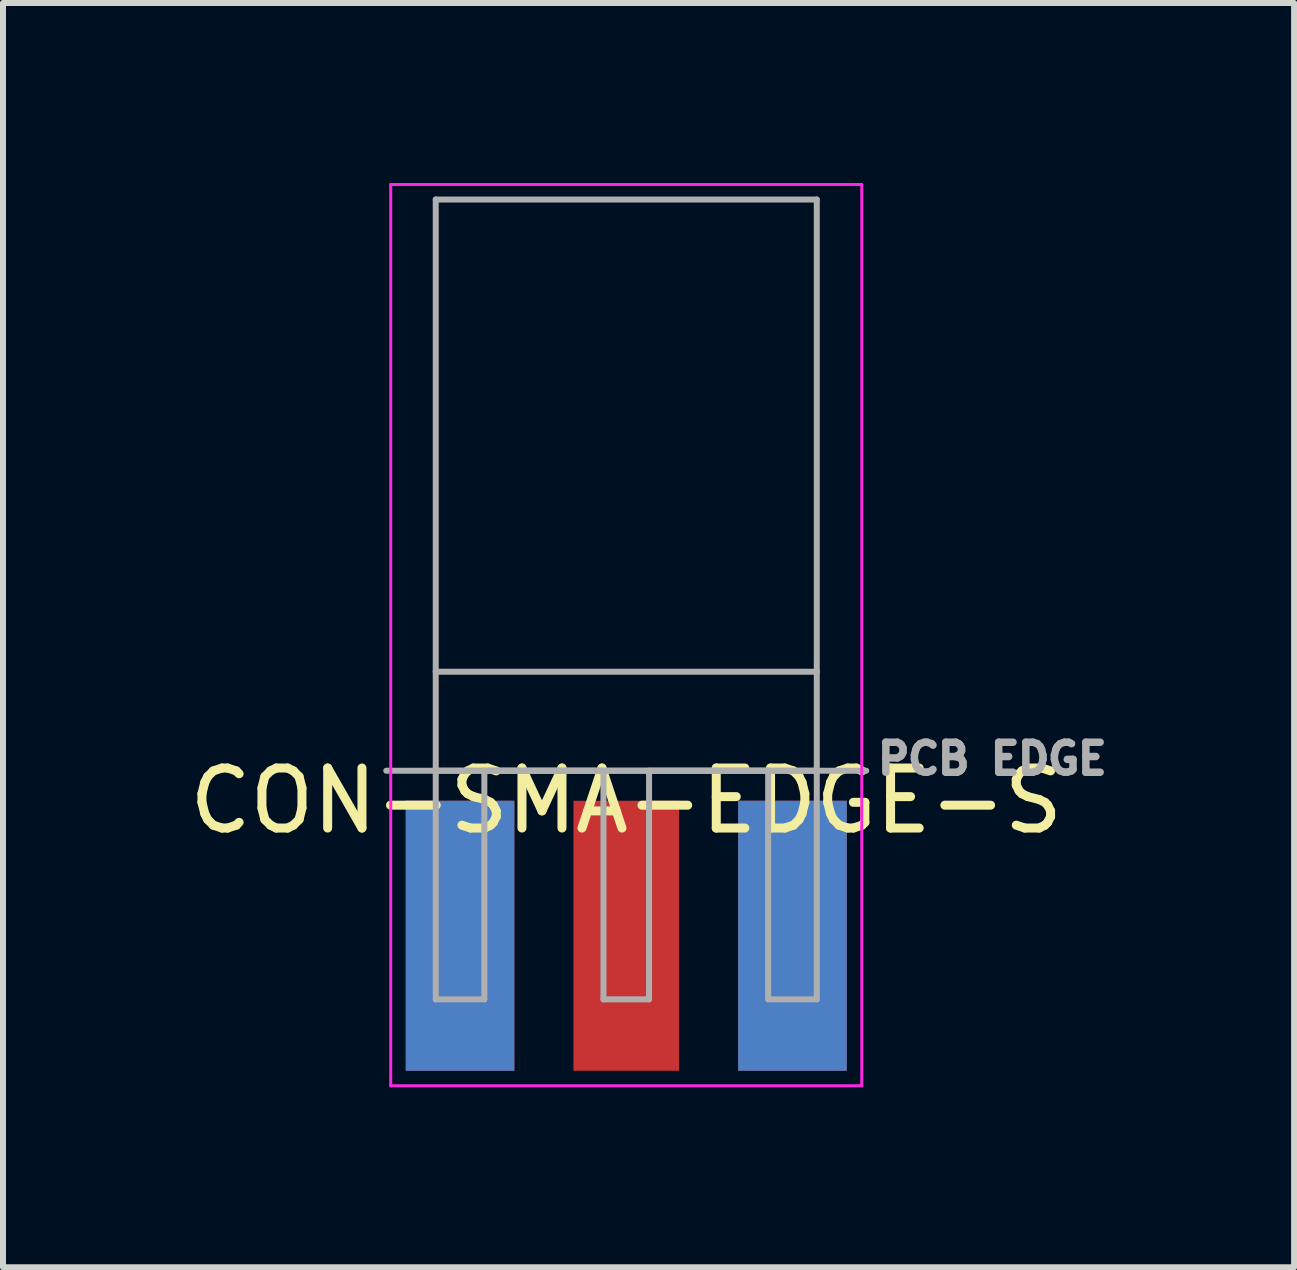
<source format=kicad_pcb>
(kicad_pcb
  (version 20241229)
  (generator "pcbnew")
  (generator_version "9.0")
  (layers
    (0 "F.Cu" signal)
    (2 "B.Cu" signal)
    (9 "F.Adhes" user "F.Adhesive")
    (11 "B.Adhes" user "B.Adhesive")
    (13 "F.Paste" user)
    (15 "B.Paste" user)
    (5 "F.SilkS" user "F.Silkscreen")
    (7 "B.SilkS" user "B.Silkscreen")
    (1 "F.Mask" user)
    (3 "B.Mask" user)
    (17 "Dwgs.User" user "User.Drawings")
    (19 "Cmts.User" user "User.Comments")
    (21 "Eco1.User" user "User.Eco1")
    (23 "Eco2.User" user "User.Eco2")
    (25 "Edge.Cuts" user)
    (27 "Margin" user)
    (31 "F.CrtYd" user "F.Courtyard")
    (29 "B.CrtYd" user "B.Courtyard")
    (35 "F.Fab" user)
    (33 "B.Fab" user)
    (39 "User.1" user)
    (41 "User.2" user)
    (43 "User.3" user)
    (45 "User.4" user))
  (footprint "CON-SMA-EDGE-S"
    (layer "F.Cu")
    (at 7.387 9.795)
    (property "Reference" "CON-SMA-EDGE-S" (at 0 0.5 0) (layer "F.SilkS") (effects (font (size 1 1) (thickness 0.15))))
    (attr through_hole)
    (fp_line (start -3.925 -9.77) (end -3.925 5.25) (stroke (width 0.05) (type solid)) (layer "F.CrtYd"))
    (fp_line (start -3.925 5.25) (end 3.925 5.25) (stroke (width 0.05) (type solid)) (layer "F.CrtYd"))
    (fp_line (start 3.925 -9.77) (end -3.925 -9.77) (stroke (width 0.05) (type solid)) (layer "F.CrtYd"))
    (fp_line (start 3.925 5.25) (end 3.925 -9.77) (stroke (width 0.05) (type solid)) (layer "F.CrtYd"))
    (fp_line (start -4 0) (end 4 0) (stroke (width 0.1) (type solid)) (layer "F.Fab"))
    (fp_line (start -3.175 -9.52) (end 3.175 -9.52) (stroke (width 0.1) (type solid)) (layer "F.Fab"))
    (fp_line (start -3.175 -1.65) (end -3.175 -9.52) (stroke (width 0.1) (type solid)) (layer "F.Fab"))
    (fp_line (start -3.175 -1.65) (end 3.175 -1.65) (stroke (width 0.1) (type solid)) (layer "F.Fab"))
    (fp_line (start -3.175 0) (end -3.175 -1.65) (stroke (width 0.1) (type solid)) (layer "F.Fab"))
    (fp_line (start -3.175 3.81) (end -3.175 0) (stroke (width 0.1) (type solid)) (layer "F.Fab"))
    (fp_line (start -2.365 0) (end -2.365 3.81) (stroke (width 0.1) (type solid)) (layer "F.Fab"))
    (fp_line (start -2.365 3.81) (end -3.175 3.81) (stroke (width 0.1) (type solid)) (layer "F.Fab"))
    (fp_line (start -0.38 0) (end -2.365 0) (stroke (width 0.1) (type solid)) (layer "F.Fab"))
    (fp_line (start -0.38 3.81) (end -0.38 0) (stroke (width 0.1) (type solid)) (layer "F.Fab"))
    (fp_line (start 0.38 0) (end 0.38 3.81) (stroke (width 0.1) (type solid)) (layer "F.Fab"))
    (fp_line (start 0.38 3.81) (end -0.38 3.81) (stroke (width 0.1) (type solid)) (layer "F.Fab"))
    (fp_line (start 2.365 0) (end 0.38 0) (stroke (width 0.1) (type solid)) (layer "F.Fab"))
    (fp_line (start 2.365 3.81) (end 2.365 0) (stroke (width 0.1) (type solid)) (layer "F.Fab"))
    (fp_line (start 3.175 -9.52) (end 3.175 -1.65) (stroke (width 0.1) (type solid)) (layer "F.Fab"))
    (fp_line (start 3.175 -1.65) (end 3.175 0) (stroke (width 0.1) (type solid)) (layer "F.Fab"))
    (fp_line (start 3.175 0) (end -3.175 0) (stroke (width 0.1) (type solid)) (layer "F.Fab"))
    (fp_line (start 3.175 0) (end 3.175 3.81) (stroke (width 0.1) (type solid)) (layer "F.Fab"))
    (fp_line (start 3.175 3.81) (end 2.365 3.81) (stroke (width 0.1) (type solid)) (layer "F.Fab"))
    (fp_text user "PCB EDGE" (at 6.1 -0.2 0) (layer "F.Fab") (effects (font (size 0.5 0.5) (thickness 0.125))))
    (pad "1" smd rect (at 0 2.75) (size 1.76 4.5) (layers "F.Cu" "F.Mask" "F.Paste"))
    (pad "2" smd rect (at -2.77 2.75) (size 1.81 4.5) (layers "F.Cu" "F.Mask" "F.Paste"))
    (pad "2" smd rect (at -2.77 2.75) (size 1.81 4.5) (layers "B.Cu" "B.Mask" "B.Paste"))
    (pad "2" smd rect (at 2.77 2.75) (size 1.81 4.5) (layers "F.Cu" "F.Mask" "F.Paste"))
    (pad "2" smd rect (at 2.77 2.75) (size 1.81 4.5) (layers "B.Cu" "B.Mask" "B.Paste")))
  (gr_rect
    (start -3 -3)
    (end 18.517 18.07)
    (stroke (width 0.1) (type default))
    (fill no)
    (layer "Edge.Cuts")))
</source>
